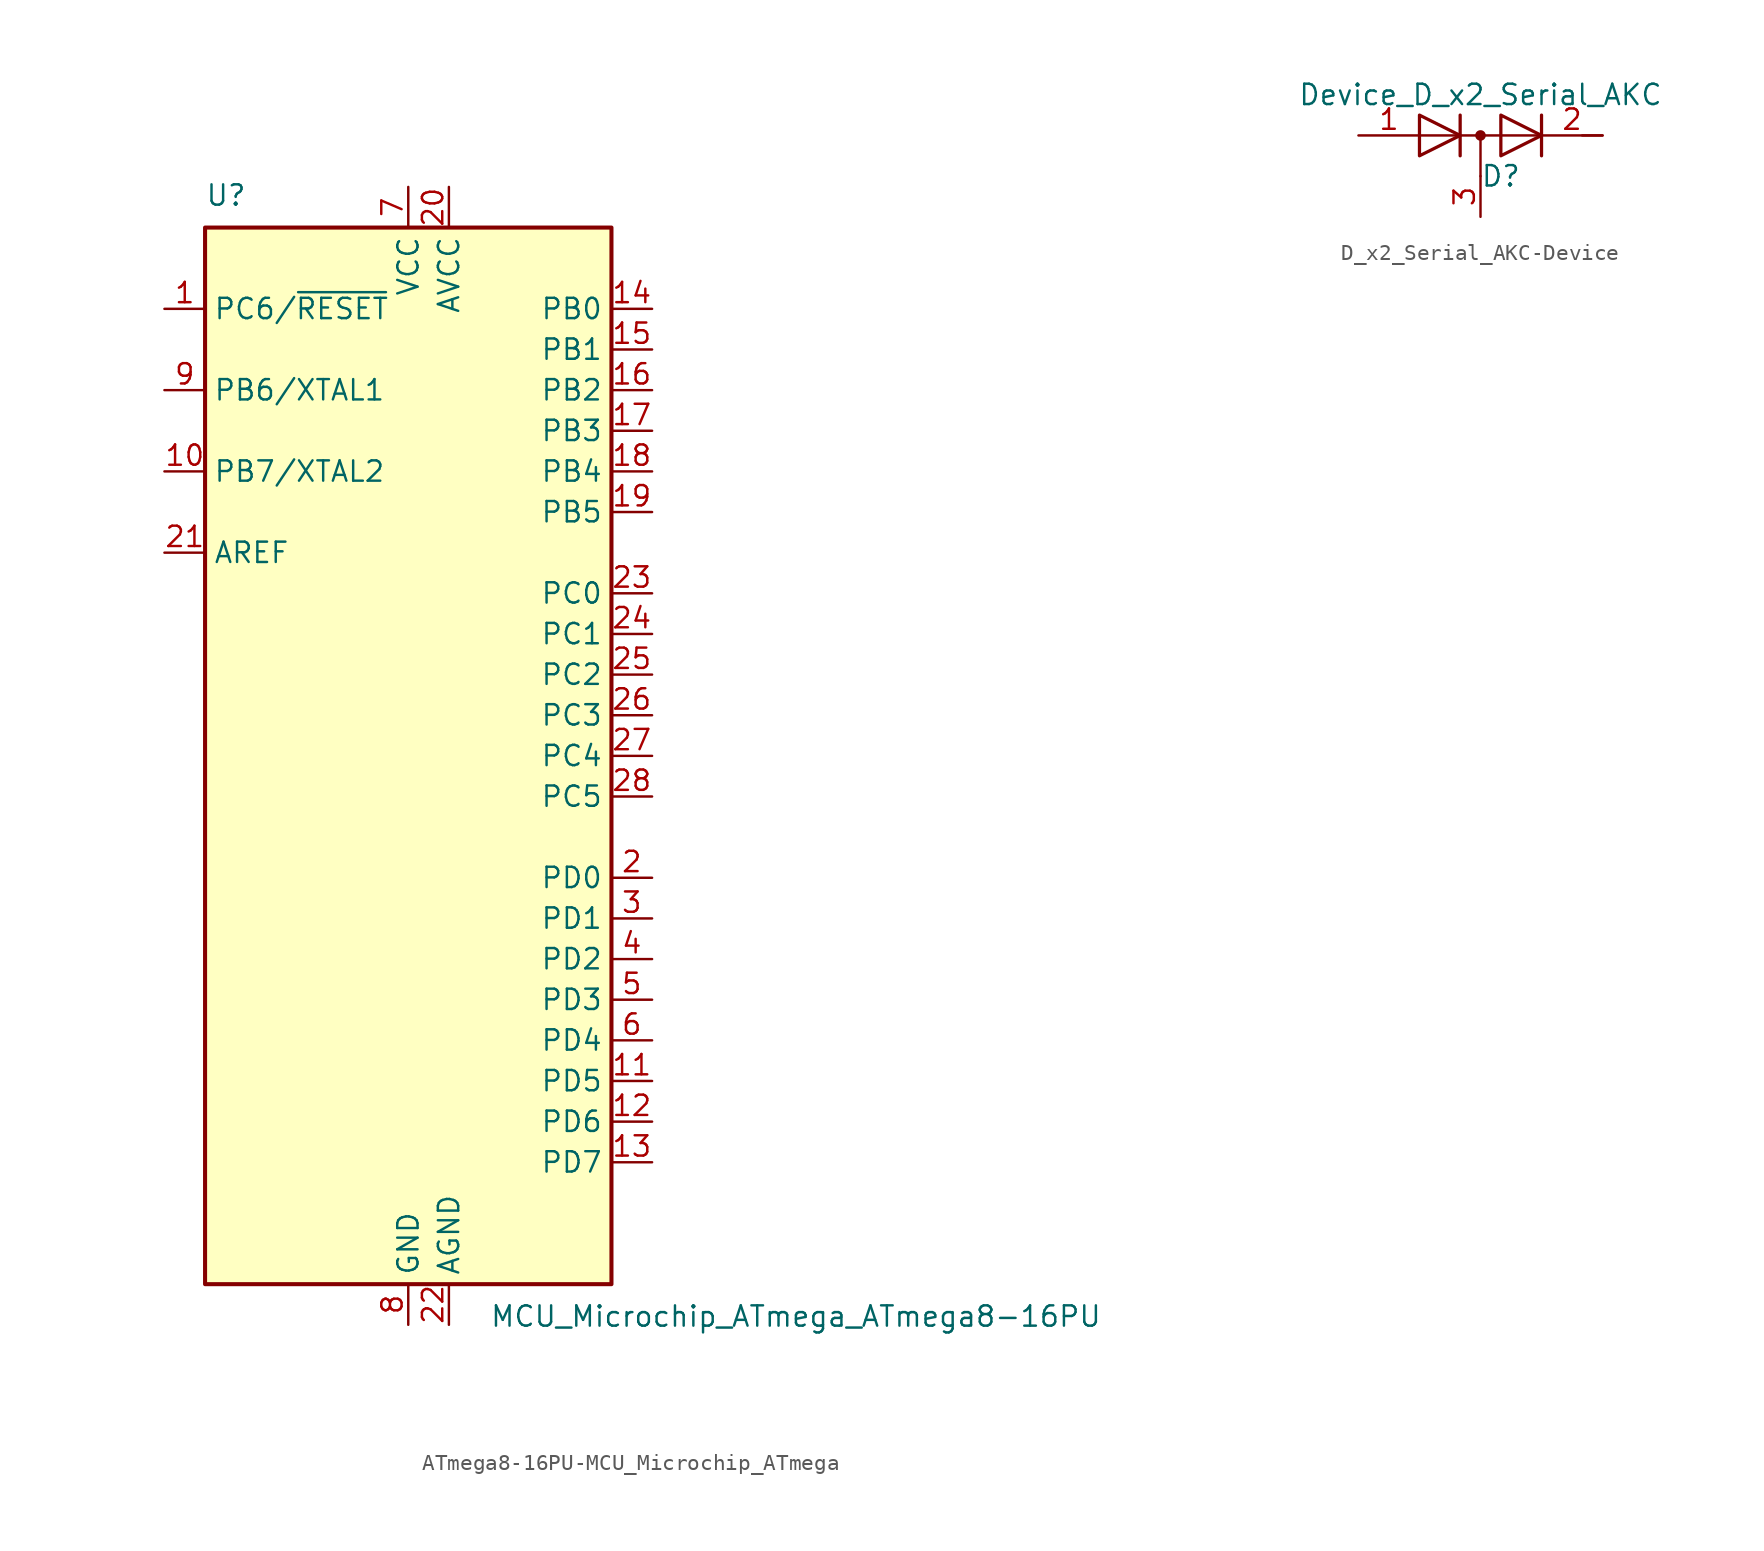
<source format=kicad_sym>
(kicad_symbol_lib
  (version 20220914)
  (generator kicad_symbol_editor)
  (symbol "ATmega8-16PU-MCU_Microchip_ATmega"
    (property "Reference" "U"
      (at -12.7 34.29 0)
      (effects (font (size 1.27 1.27)) (justify left bottom)))
    (property "Value" "MCU_Microchip_ATmega_ATmega8-16PU"
      (at 5.08 -34.29 0)
      (effects (font (size 1.27 1.27)) (justify left top)))
    (symbol "ATmega8-16PU-MCU_Microchip_ATmega_0_1"
      (rectangle (start -12.7 -33.02) (end 12.7 33.02) (stroke (width 0.254) (type solid)) (fill (type background))))
    (symbol "ATmega8-16PU-MCU_Microchip_ATmega_1_1"
      (pin bidirectional line (at -15.24 27.94 0) (length 2.54) (name "PC6/~{RESET}" (effects (font (size 1.27 1.27)))) (number "1" (effects (font (size 1.27 1.27)))))
      (pin bidirectional line (at -15.24 17.78 0) (length 2.54) (name "PB7/XTAL2" (effects (font (size 1.27 1.27)))) (number "10" (effects (font (size 1.27 1.27)))))
      (pin bidirectional line (at 15.24 -20.32 180) (length 2.54) (name "PD5" (effects (font (size 1.27 1.27)))) (number "11" (effects (font (size 1.27 1.27)))))
      (pin bidirectional line (at 15.24 -22.86 180) (length 2.54) (name "PD6" (effects (font (size 1.27 1.27)))) (number "12" (effects (font (size 1.27 1.27)))))
      (pin bidirectional line (at 15.24 -25.4 180) (length 2.54) (name "PD7" (effects (font (size 1.27 1.27)))) (number "13" (effects (font (size 1.27 1.27)))))
      (pin bidirectional line (at 15.24 27.94 180) (length 2.54) (name "PB0" (effects (font (size 1.27 1.27)))) (number "14" (effects (font (size 1.27 1.27)))))
      (pin bidirectional line (at 15.24 25.4 180) (length 2.54) (name "PB1" (effects (font (size 1.27 1.27)))) (number "15" (effects (font (size 1.27 1.27)))))
      (pin bidirectional line (at 15.24 22.86 180) (length 2.54) (name "PB2" (effects (font (size 1.27 1.27)))) (number "16" (effects (font (size 1.27 1.27)))))
      (pin bidirectional line (at 15.24 20.32 180) (length 2.54) (name "PB3" (effects (font (size 1.27 1.27)))) (number "17" (effects (font (size 1.27 1.27)))))
      (pin bidirectional line (at 15.24 17.78 180) (length 2.54) (name "PB4" (effects (font (size 1.27 1.27)))) (number "18" (effects (font (size 1.27 1.27)))))
      (pin bidirectional line (at 15.24 15.24 180) (length 2.54) (name "PB5" (effects (font (size 1.27 1.27)))) (number "19" (effects (font (size 1.27 1.27)))))
      (pin bidirectional line (at 15.24 -7.62 180) (length 2.54) (name "PD0" (effects (font (size 1.27 1.27)))) (number "2" (effects (font (size 1.27 1.27)))))
      (pin power_in line (at 2.54 35.56 270) (length 2.54) (name "AVCC" (effects (font (size 1.27 1.27)))) (number "20" (effects (font (size 1.27 1.27)))))
      (pin passive line (at -15.24 12.7 0) (length 2.54) (name "AREF" (effects (font (size 1.27 1.27)))) (number "21" (effects (font (size 1.27 1.27)))))
      (pin power_in line (at 2.54 -35.56 90) (length 2.54) (name "AGND" (effects (font (size 1.27 1.27)))) (number "22" (effects (font (size 1.27 1.27)))))
      (pin bidirectional line (at 15.24 10.16 180) (length 2.54) (name "PC0" (effects (font (size 1.27 1.27)))) (number "23" (effects (font (size 1.27 1.27)))))
      (pin bidirectional line (at 15.24 7.62 180) (length 2.54) (name "PC1" (effects (font (size 1.27 1.27)))) (number "24" (effects (font (size 1.27 1.27)))))
      (pin bidirectional line (at 15.24 5.08 180) (length 2.54) (name "PC2" (effects (font (size 1.27 1.27)))) (number "25" (effects (font (size 1.27 1.27)))))
      (pin bidirectional line (at 15.24 2.54 180) (length 2.54) (name "PC3" (effects (font (size 1.27 1.27)))) (number "26" (effects (font (size 1.27 1.27)))))
      (pin bidirectional line (at 15.24 0 180) (length 2.54) (name "PC4" (effects (font (size 1.27 1.27)))) (number "27" (effects (font (size 1.27 1.27)))))
      (pin bidirectional line (at 15.24 -2.54 180) (length 2.54) (name "PC5" (effects (font (size 1.27 1.27)))) (number "28" (effects (font (size 1.27 1.27)))))
      (pin bidirectional line (at 15.24 -10.16 180) (length 2.54) (name "PD1" (effects (font (size 1.27 1.27)))) (number "3" (effects (font (size 1.27 1.27)))))
      (pin bidirectional line (at 15.24 -12.7 180) (length 2.54) (name "PD2" (effects (font (size 1.27 1.27)))) (number "4" (effects (font (size 1.27 1.27)))))
      (pin bidirectional line (at 15.24 -15.24 180) (length 2.54) (name "PD3" (effects (font (size 1.27 1.27)))) (number "5" (effects (font (size 1.27 1.27)))))
      (pin bidirectional line (at 15.24 -17.78 180) (length 2.54) (name "PD4" (effects (font (size 1.27 1.27)))) (number "6" (effects (font (size 1.27 1.27)))))
      (pin power_in line (at 0 35.56 270) (length 2.54) (name "VCC" (effects (font (size 1.27 1.27)))) (number "7" (effects (font (size 1.27 1.27)))))
      (pin power_in line (at 0 -35.56 90) (length 2.54) (name "GND" (effects (font (size 1.27 1.27)))) (number "8" (effects (font (size 1.27 1.27)))))
      (pin bidirectional line (at -15.24 22.86 0) (length 2.54) (name "PB6/XTAL1" (effects (font (size 1.27 1.27)))) (number "9" (effects (font (size 1.27 1.27)))))))
  (symbol "D_x2_Serial_AKC-Device"
    (pin_names
      (offset 0.762) hide)
    (property "Reference" "D"
      (at 1.27 -2.54 0)
      (effects (font (size 1.27 1.27))))
    (property "Value" "Device_D_x2_Serial_AKC"
      (at 0 2.54 0)
      (effects (font (size 1.27 1.27))))
    (symbol "D_x2_Serial_AKC-Device_0_1"
      (polyline (pts (xy -3.81 0) (xy 3.81 0)) (stroke (width 0) (type solid)) (fill (type none)))
      (polyline (pts (xy 0 0) (xy 0 -2.54)) (stroke (width 0) (type solid)) (fill (type none)))
      (polyline (pts (xy 6.35 0) (xy 7.62 0)) (stroke (width 0) (type solid)) (fill (type none)))
      (polyline (pts (xy -1.27 -1.27) (xy -1.27 1.27) (xy -1.27 1.27)) (stroke (width 0.203) (type solid)) (fill (type none)))
      (polyline (pts (xy 3.81 1.27) (xy 3.81 -1.27) (xy 3.81 -1.27)) (stroke (width 0.203) (type solid)) (fill (type none)))
      (polyline (pts (xy -3.81 1.27) (xy -1.27 0) (xy -3.81 -1.27) (xy -3.81 1.27) (xy -3.81 1.27) (xy -3.81 1.27)) (stroke (width 0.203) (type solid)) (fill (type none)))
      (polyline (pts (xy 1.27 1.27) (xy 3.81 0) (xy 1.27 -1.27) (xy 1.27 1.27) (xy 1.27 1.27) (xy 1.27 1.27)) (stroke (width 0.203) (type solid)) (fill (type none)))
      (circle (center 0 0) (radius 0.254) (stroke (width 0) (type solid)) (fill (type outline)))
      (pin passive line (at -7.62 0 0) (length 3.81) (name "A" (effects (font (size 1.27 1.27)))) (number "1" (effects (font (size 1.27 1.27)))))
      (pin passive line (at 7.62 0 180) (length 3.81) (name "K" (effects (font (size 1.27 1.27)))) (number "2" (effects (font (size 1.27 1.27)))))
      (pin passive line (at 0 -5.08 90) (length 2.54) (name "common" (effects (font (size 1.27 1.27)))) (number "3" (effects (font (size 1.27 1.27))))))))
</source>
